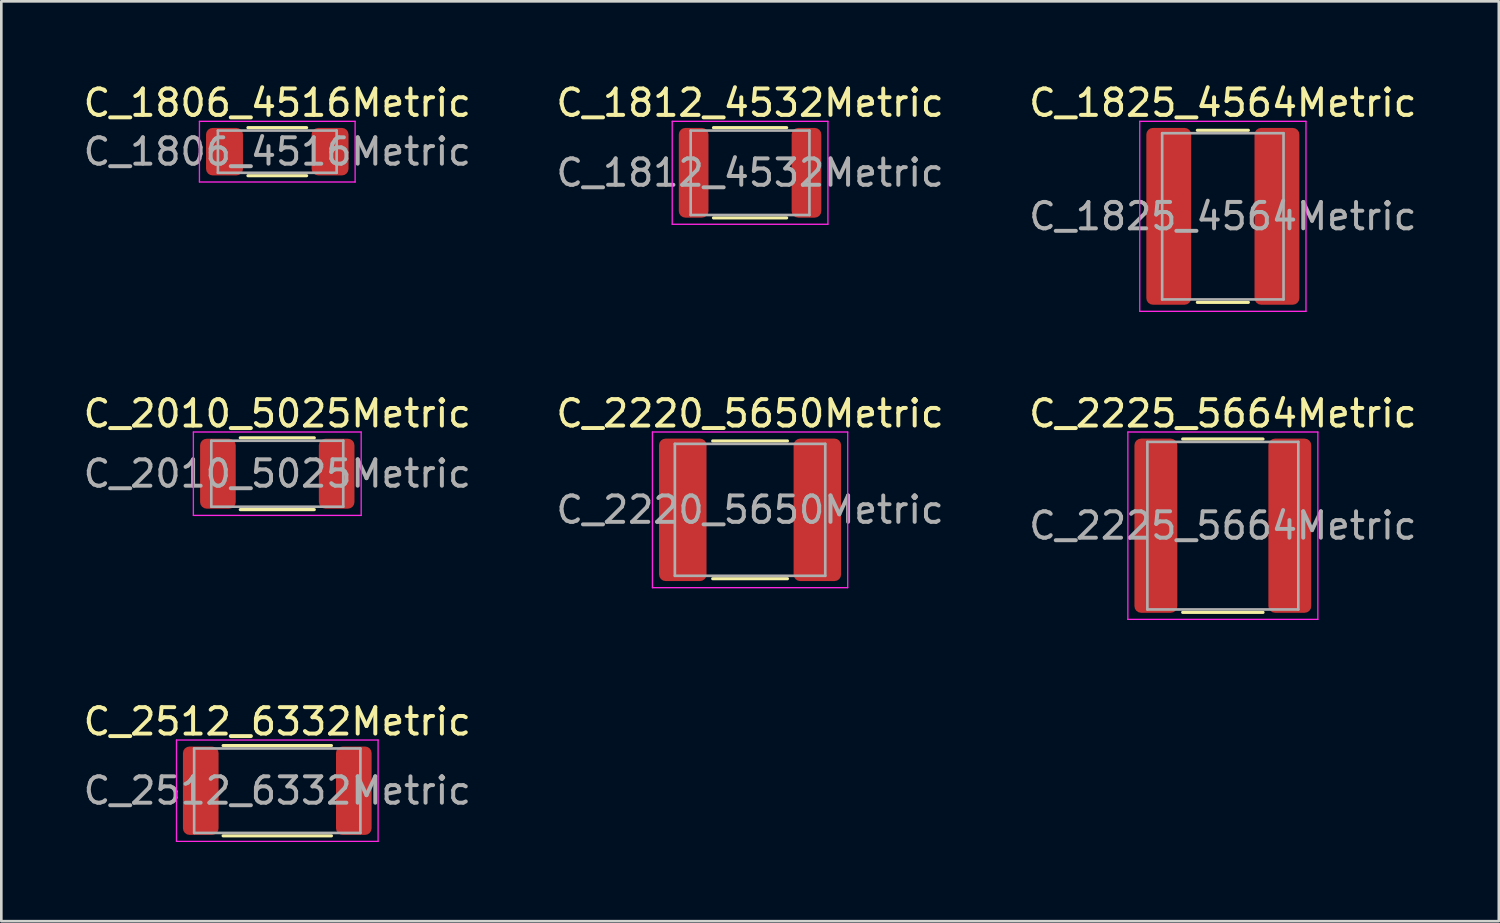
<source format=kicad_pcb>
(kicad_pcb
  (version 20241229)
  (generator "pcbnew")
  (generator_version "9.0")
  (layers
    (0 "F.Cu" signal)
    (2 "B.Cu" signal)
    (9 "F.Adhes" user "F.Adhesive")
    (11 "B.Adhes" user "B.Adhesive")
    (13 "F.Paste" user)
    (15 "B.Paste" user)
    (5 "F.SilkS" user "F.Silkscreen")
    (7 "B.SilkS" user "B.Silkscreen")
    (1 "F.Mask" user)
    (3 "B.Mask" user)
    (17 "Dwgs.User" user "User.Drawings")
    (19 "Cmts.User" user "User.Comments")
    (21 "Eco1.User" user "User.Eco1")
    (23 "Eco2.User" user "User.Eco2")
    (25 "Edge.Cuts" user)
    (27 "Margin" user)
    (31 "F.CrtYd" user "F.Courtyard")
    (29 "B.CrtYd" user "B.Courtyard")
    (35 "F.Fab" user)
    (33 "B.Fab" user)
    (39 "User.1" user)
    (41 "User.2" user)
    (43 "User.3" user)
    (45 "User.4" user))
  (footprint "C_2010_5025Metric"
    (layer "F.Cu")
    (at 7.458 14.902)
    (property "Reference" "C_2010_5025Metric" (at 0 -2.28 0) (layer "F.SilkS") (effects (font (size 1 1) (thickness 0.15))))
    (attr smd)
    (fp_line (start -1.402 -1.36) (end 1.402 -1.36) (stroke (width 0.12) (type solid)) (layer "F.SilkS"))
    (fp_line (start -1.402 1.36) (end 1.402 1.36) (stroke (width 0.12) (type solid)) (layer "F.SilkS"))
    (fp_line (start -3.18 -1.58) (end 3.18 -1.58) (stroke (width 0.05) (type solid)) (layer "F.CrtYd"))
    (fp_line (start -3.18 1.58) (end -3.18 -1.58) (stroke (width 0.05) (type solid)) (layer "F.CrtYd"))
    (fp_line (start 3.18 -1.58) (end 3.18 1.58) (stroke (width 0.05) (type solid)) (layer "F.CrtYd"))
    (fp_line (start 3.18 1.58) (end -3.18 1.58) (stroke (width 0.05) (type solid)) (layer "F.CrtYd"))
    (fp_line (start -2.5 -1.25) (end 2.5 -1.25) (stroke (width 0.1) (type solid)) (layer "F.Fab"))
    (fp_line (start -2.5 1.25) (end -2.5 -1.25) (stroke (width 0.1) (type solid)) (layer "F.Fab"))
    (fp_line (start 2.5 -1.25) (end 2.5 1.25) (stroke (width 0.1) (type solid)) (layer "F.Fab"))
    (fp_line (start 2.5 1.25) (end -2.5 1.25) (stroke (width 0.1) (type solid)) (layer "F.Fab"))
    (fp_text user "${REFERENCE}" (at 0 0 0) (layer "F.Fab") (effects (font (size 1 1) (thickness 0.15))))
    (pad "1" smd roundrect (at -2.25 0) (size 1.35 2.65) (layers "F.Cu" "F.Mask" "F.Paste") (roundrect_rratio 0.185))
    (pad "2" smd roundrect (at 2.25 0) (size 1.35 2.65) (layers "F.Cu" "F.Mask" "F.Paste") (roundrect_rratio 0.185)))
  (footprint "C_1812_4532Metric"
    (layer "F.Cu")
    (at 25.375 3.498)
    (property "Reference" "C_1812_4532Metric" (at 0 -2.65 0) (layer "F.SilkS") (effects (font (size 1 1) (thickness 0.15))))
    (attr smd)
    (fp_line (start -1.386 -1.71) (end 1.386 -1.71) (stroke (width 0.12) (type solid)) (layer "F.SilkS"))
    (fp_line (start -1.386 1.71) (end 1.386 1.71) (stroke (width 0.12) (type solid)) (layer "F.SilkS"))
    (fp_line (start -2.95 -1.95) (end 2.95 -1.95) (stroke (width 0.05) (type solid)) (layer "F.CrtYd"))
    (fp_line (start -2.95 1.95) (end -2.95 -1.95) (stroke (width 0.05) (type solid)) (layer "F.CrtYd"))
    (fp_line (start 2.95 -1.95) (end 2.95 1.95) (stroke (width 0.05) (type solid)) (layer "F.CrtYd"))
    (fp_line (start 2.95 1.95) (end -2.95 1.95) (stroke (width 0.05) (type solid)) (layer "F.CrtYd"))
    (fp_line (start -2.25 -1.6) (end 2.25 -1.6) (stroke (width 0.1) (type solid)) (layer "F.Fab"))
    (fp_line (start -2.25 1.6) (end -2.25 -1.6) (stroke (width 0.1) (type solid)) (layer "F.Fab"))
    (fp_line (start 2.25 -1.6) (end 2.25 1.6) (stroke (width 0.1) (type solid)) (layer "F.Fab"))
    (fp_line (start 2.25 1.6) (end -2.25 1.6) (stroke (width 0.1) (type solid)) (layer "F.Fab"))
    (fp_text user "${REFERENCE}" (at 0 0 0) (layer "F.Fab") (effects (font (size 1 1) (thickness 0.15))))
    (pad "1" smd roundrect (at -2.138 0) (size 1.125 3.4) (layers "F.Cu" "F.Mask" "F.Paste") (roundrect_rratio 0.222))
    (pad "2" smd roundrect (at 2.138 0) (size 1.125 3.4) (layers "F.Cu" "F.Mask" "F.Paste") (roundrect_rratio 0.222)))
  (footprint "C_2225_5664Metric"
    (layer "F.Cu")
    (at 43.292 16.872)
    (property "Reference" "C_2225_5664Metric" (at 0 -4.25 0) (layer "F.SilkS") (effects (font (size 1 1) (thickness 0.15))))
    (attr smd)
    (fp_line (start -1.522 -3.285) (end 1.522 -3.285) (stroke (width 0.12) (type solid)) (layer "F.SilkS"))
    (fp_line (start -1.522 3.285) (end 1.522 3.285) (stroke (width 0.12) (type solid)) (layer "F.SilkS"))
    (fp_line (start -3.6 -3.55) (end 3.6 -3.55) (stroke (width 0.05) (type solid)) (layer "F.CrtYd"))
    (fp_line (start -3.6 3.55) (end -3.6 -3.55) (stroke (width 0.05) (type solid)) (layer "F.CrtYd"))
    (fp_line (start 3.6 -3.55) (end 3.6 3.55) (stroke (width 0.05) (type solid)) (layer "F.CrtYd"))
    (fp_line (start 3.6 3.55) (end -3.6 3.55) (stroke (width 0.05) (type solid)) (layer "F.CrtYd"))
    (fp_line (start -2.86 -3.175) (end 2.86 -3.175) (stroke (width 0.1) (type solid)) (layer "F.Fab"))
    (fp_line (start -2.86 3.175) (end -2.86 -3.175) (stroke (width 0.1) (type solid)) (layer "F.Fab"))
    (fp_line (start 2.86 -3.175) (end 2.86 3.175) (stroke (width 0.1) (type solid)) (layer "F.Fab"))
    (fp_line (start 2.86 3.175) (end -2.86 3.175) (stroke (width 0.1) (type solid)) (layer "F.Fab"))
    (fp_text user "${REFERENCE}" (at 0 0 0) (layer "F.Fab") (effects (font (size 1 1) (thickness 0.15))))
    (pad "1" smd roundrect (at -2.538 0) (size 1.625 6.6) (layers "F.Cu" "F.Mask" "F.Paste") (roundrect_rratio 0.154))
    (pad "2" smd roundrect (at 2.538 0) (size 1.625 6.6) (layers "F.Cu" "F.Mask" "F.Paste") (roundrect_rratio 0.154)))
  (footprint "C_2512_6332Metric"
    (layer "F.Cu")
    (at 7.458 26.915)
    (property "Reference" "C_2512_6332Metric" (at 0 -2.62 0) (layer "F.SilkS") (effects (font (size 1 1) (thickness 0.15))))
    (attr smd)
    (fp_line (start -2.052 -1.71) (end 2.052 -1.71) (stroke (width 0.12) (type solid)) (layer "F.SilkS"))
    (fp_line (start -2.052 1.71) (end 2.052 1.71) (stroke (width 0.12) (type solid)) (layer "F.SilkS"))
    (fp_line (start -3.82 -1.92) (end 3.82 -1.92) (stroke (width 0.05) (type solid)) (layer "F.CrtYd"))
    (fp_line (start -3.82 1.92) (end -3.82 -1.92) (stroke (width 0.05) (type solid)) (layer "F.CrtYd"))
    (fp_line (start 3.82 -1.92) (end 3.82 1.92) (stroke (width 0.05) (type solid)) (layer "F.CrtYd"))
    (fp_line (start 3.82 1.92) (end -3.82 1.92) (stroke (width 0.05) (type solid)) (layer "F.CrtYd"))
    (fp_line (start -3.15 -1.6) (end 3.15 -1.6) (stroke (width 0.1) (type solid)) (layer "F.Fab"))
    (fp_line (start -3.15 1.6) (end -3.15 -1.6) (stroke (width 0.1) (type solid)) (layer "F.Fab"))
    (fp_line (start 3.15 -1.6) (end 3.15 1.6) (stroke (width 0.1) (type solid)) (layer "F.Fab"))
    (fp_line (start 3.15 1.6) (end -3.15 1.6) (stroke (width 0.1) (type solid)) (layer "F.Fab"))
    (fp_text user "${REFERENCE}" (at 0 0 0) (layer "F.Fab") (effects (font (size 1 1) (thickness 0.15))))
    (pad "1" smd roundrect (at -2.9 0) (size 1.35 3.35) (layers "F.Cu" "F.Mask" "F.Paste") (roundrect_rratio 0.185))
    (pad "2" smd roundrect (at 2.9 0) (size 1.35 3.35) (layers "F.Cu" "F.Mask" "F.Paste") (roundrect_rratio 0.185)))
  (footprint "C_2220_5650Metric"
    (layer "F.Cu")
    (at 25.375 16.271)
    (property "Reference" "C_2220_5650Metric" (at 0 -3.65 0) (layer "F.SilkS") (effects (font (size 1 1) (thickness 0.15))))
    (attr smd)
    (fp_line (start -1.416 -2.61) (end 1.416 -2.61) (stroke (width 0.12) (type solid)) (layer "F.SilkS"))
    (fp_line (start -1.416 2.61) (end 1.416 2.61) (stroke (width 0.12) (type solid)) (layer "F.SilkS"))
    (fp_line (start -3.7 -2.95) (end 3.7 -2.95) (stroke (width 0.05) (type solid)) (layer "F.CrtYd"))
    (fp_line (start -3.7 2.95) (end -3.7 -2.95) (stroke (width 0.05) (type solid)) (layer "F.CrtYd"))
    (fp_line (start 3.7 -2.95) (end 3.7 2.95) (stroke (width 0.05) (type solid)) (layer "F.CrtYd"))
    (fp_line (start 3.7 2.95) (end -3.7 2.95) (stroke (width 0.05) (type solid)) (layer "F.CrtYd"))
    (fp_line (start -2.85 -2.5) (end 2.85 -2.5) (stroke (width 0.1) (type solid)) (layer "F.Fab"))
    (fp_line (start -2.85 2.5) (end -2.85 -2.5) (stroke (width 0.1) (type solid)) (layer "F.Fab"))
    (fp_line (start 2.85 -2.5) (end 2.85 2.5) (stroke (width 0.1) (type solid)) (layer "F.Fab"))
    (fp_line (start 2.85 2.5) (end -2.85 2.5) (stroke (width 0.1) (type solid)) (layer "F.Fab"))
    (fp_text user "${REFERENCE}" (at 0 0 0) (layer "F.Fab") (effects (font (size 1 1) (thickness 0.15))))
    (pad "1" smd roundrect (at -2.55 0) (size 1.8 5.4) (layers "F.Cu" "F.Mask" "F.Paste") (roundrect_rratio 0.139))
    (pad "2" smd roundrect (at 2.55 0) (size 1.8 5.4) (layers "F.Cu" "F.Mask" "F.Paste") (roundrect_rratio 0.139)))
  (footprint "C_1806_4516Metric"
    (layer "F.Cu")
    (at 7.458 2.698)
    (property "Reference" "C_1806_4516Metric" (at 0 -1.85 0) (layer "F.SilkS") (effects (font (size 1 1) (thickness 0.15))))
    (attr smd)
    (fp_line (start -1.111 -0.91) (end 1.111 -0.91) (stroke (width 0.12) (type solid)) (layer "F.SilkS"))
    (fp_line (start -1.111 0.91) (end 1.111 0.91) (stroke (width 0.12) (type solid)) (layer "F.SilkS"))
    (fp_line (start -2.95 -1.15) (end 2.95 -1.15) (stroke (width 0.05) (type solid)) (layer "F.CrtYd"))
    (fp_line (start -2.95 1.15) (end -2.95 -1.15) (stroke (width 0.05) (type solid)) (layer "F.CrtYd"))
    (fp_line (start 2.95 -1.15) (end 2.95 1.15) (stroke (width 0.05) (type solid)) (layer "F.CrtYd"))
    (fp_line (start 2.95 1.15) (end -2.95 1.15) (stroke (width 0.05) (type solid)) (layer "F.CrtYd"))
    (fp_line (start -2.25 -0.8) (end 2.25 -0.8) (stroke (width 0.1) (type solid)) (layer "F.Fab"))
    (fp_line (start -2.25 0.8) (end -2.25 -0.8) (stroke (width 0.1) (type solid)) (layer "F.Fab"))
    (fp_line (start 2.25 -0.8) (end 2.25 0.8) (stroke (width 0.1) (type solid)) (layer "F.Fab"))
    (fp_line (start 2.25 0.8) (end -2.25 0.8) (stroke (width 0.1) (type solid)) (layer "F.Fab"))
    (fp_text user "${REFERENCE}" (at 0 0 0) (layer "F.Fab") (effects (font (size 1 1) (thickness 0.15))))
    (pad "1" smd roundrect (at -2 0) (size 1.4 1.8) (layers "F.Cu" "F.Mask" "F.Paste") (roundrect_rratio 0.179))
    (pad "2" smd roundrect (at 2 0) (size 1.4 1.8) (layers "F.Cu" "F.Mask" "F.Paste") (roundrect_rratio 0.179)))
  (footprint "C_1825_4564Metric"
    (layer "F.Cu")
    (at 43.292 5.148)
    (property "Reference" "C_1825_4564Metric" (at 0 -4.3 0) (layer "F.SilkS") (effects (font (size 1 1) (thickness 0.15))))
    (attr smd)
    (fp_line (start -0.966 -3.26) (end 0.966 -3.26) (stroke (width 0.12) (type solid)) (layer "F.SilkS"))
    (fp_line (start -0.966 3.26) (end 0.966 3.26) (stroke (width 0.12) (type solid)) (layer "F.SilkS"))
    (fp_line (start -3.15 -3.6) (end 3.15 -3.6) (stroke (width 0.05) (type solid)) (layer "F.CrtYd"))
    (fp_line (start -3.15 3.6) (end -3.15 -3.6) (stroke (width 0.05) (type solid)) (layer "F.CrtYd"))
    (fp_line (start 3.15 -3.6) (end 3.15 3.6) (stroke (width 0.05) (type solid)) (layer "F.CrtYd"))
    (fp_line (start 3.15 3.6) (end -3.15 3.6) (stroke (width 0.05) (type solid)) (layer "F.CrtYd"))
    (fp_line (start -2.3 -3.15) (end 2.3 -3.15) (stroke (width 0.1) (type solid)) (layer "F.Fab"))
    (fp_line (start -2.3 3.15) (end -2.3 -3.15) (stroke (width 0.1) (type solid)) (layer "F.Fab"))
    (fp_line (start 2.3 -3.15) (end 2.3 3.15) (stroke (width 0.1) (type solid)) (layer "F.Fab"))
    (fp_line (start 2.3 3.15) (end -2.3 3.15) (stroke (width 0.1) (type solid)) (layer "F.Fab"))
    (fp_text user "${REFERENCE}" (at 0 0 0) (layer "F.Fab") (effects (font (size 1 1) (thickness 0.15))))
    (pad "1" smd roundrect (at -2.05 0) (size 1.7 6.7) (layers "F.Cu" "F.Mask" "F.Paste") (roundrect_rratio 0.147))
    (pad "2" smd roundrect (at 2.05 0) (size 1.7 6.7) (layers "F.Cu" "F.Mask" "F.Paste") (roundrect_rratio 0.147)))
  (gr_rect
    (start -3 -3)
    (end 53.75 31.86)
    (stroke (width 0.1) (type default))
    (fill no)
    (layer "Edge.Cuts")))
</source>
